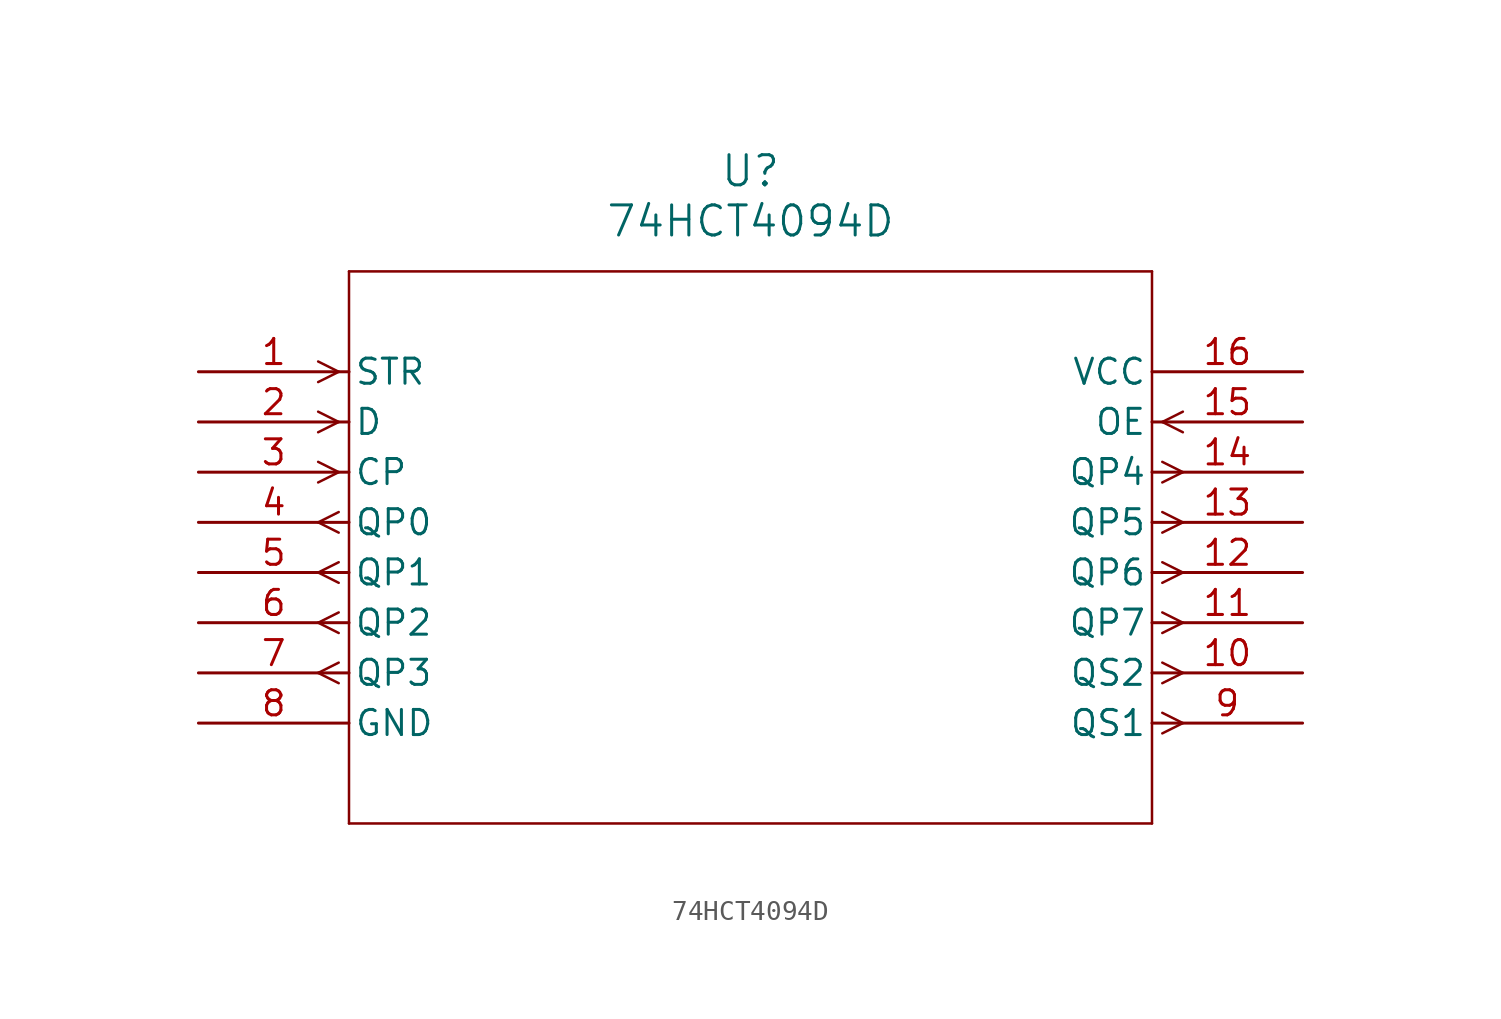
<source format=kicad_sym>
(kicad_symbol_lib
  (version 20211014)
  (generator kicad_symbol_editor)
  (symbol "74HCT4094D"
    (pin_names
      (offset 0.254))
    (property "Reference" "U"
      (at 27.94 10.16 0)
      (effects (font (size 1.524 1.524))))
    (property "Value" "74HCT4094D"
      (at 27.94 7.62 0)
      (effects (font (size 1.524 1.524))))
    (symbol "74HCT4094D_0_1"
      (polyline (pts (xy 7.099 0) (xy 6.058 0.521)) (stroke (width 0.127) (type default) (color 0 0 0 0)) (fill (type none)))
      (polyline (pts (xy 7.099 0) (xy 6.058 -0.521)) (stroke (width 0.127) (type default) (color 0 0 0 0)) (fill (type none)))
      (polyline (pts (xy 7.099 -2.54) (xy 6.058 -2.019)) (stroke (width 0.127) (type default) (color 0 0 0 0)) (fill (type none)))
      (polyline (pts (xy 7.099 -2.54) (xy 6.058 -3.061)) (stroke (width 0.127) (type default) (color 0 0 0 0)) (fill (type none)))
      (polyline (pts (xy 7.099 -5.08) (xy 6.058 -4.559)) (stroke (width 0.127) (type default) (color 0 0 0 0)) (fill (type none)))
      (polyline (pts (xy 7.099 -5.08) (xy 6.058 -5.601)) (stroke (width 0.127) (type default) (color 0 0 0 0)) (fill (type none)))
      (polyline (pts (xy 7.099 -7.099) (xy 6.058 -7.62)) (stroke (width 0.127) (type default) (color 0 0 0 0)) (fill (type none)))
      (polyline (pts (xy 7.099 -8.141) (xy 6.058 -7.62)) (stroke (width 0.127) (type default) (color 0 0 0 0)) (fill (type none)))
      (polyline (pts (xy 7.099 -9.639) (xy 6.058 -10.16)) (stroke (width 0.127) (type default) (color 0 0 0 0)) (fill (type none)))
      (polyline (pts (xy 7.099 -10.681) (xy 6.058 -10.16)) (stroke (width 0.127) (type default) (color 0 0 0 0)) (fill (type none)))
      (polyline (pts (xy 7.099 -12.179) (xy 6.058 -12.7)) (stroke (width 0.127) (type default) (color 0 0 0 0)) (fill (type none)))
      (polyline (pts (xy 7.099 -13.221) (xy 6.058 -12.7)) (stroke (width 0.127) (type default) (color 0 0 0 0)) (fill (type none)))
      (polyline (pts (xy 7.099 -14.719) (xy 6.058 -15.24)) (stroke (width 0.127) (type default) (color 0 0 0 0)) (fill (type none)))
      (polyline (pts (xy 7.099 -15.761) (xy 6.058 -15.24)) (stroke (width 0.127) (type default) (color 0 0 0 0)) (fill (type none)))
      (polyline (pts (xy 48.781 -17.259) (xy 49.822 -17.78)) (stroke (width 0.127) (type default) (color 0 0 0 0)) (fill (type none)))
      (polyline (pts (xy 48.781 -18.301) (xy 49.822 -17.78)) (stroke (width 0.127) (type default) (color 0 0 0 0)) (fill (type none)))
      (polyline (pts (xy 48.781 -14.719) (xy 49.822 -15.24)) (stroke (width 0.127) (type default) (color 0 0 0 0)) (fill (type none)))
      (polyline (pts (xy 48.781 -15.761) (xy 49.822 -15.24)) (stroke (width 0.127) (type default) (color 0 0 0 0)) (fill (type none)))
      (polyline (pts (xy 48.781 -12.179) (xy 49.822 -12.7)) (stroke (width 0.127) (type default) (color 0 0 0 0)) (fill (type none)))
      (polyline (pts (xy 48.781 -13.221) (xy 49.822 -12.7)) (stroke (width 0.127) (type default) (color 0 0 0 0)) (fill (type none)))
      (polyline (pts (xy 48.781 -9.639) (xy 49.822 -10.16)) (stroke (width 0.127) (type default) (color 0 0 0 0)) (fill (type none)))
      (polyline (pts (xy 48.781 -10.681) (xy 49.822 -10.16)) (stroke (width 0.127) (type default) (color 0 0 0 0)) (fill (type none)))
      (polyline (pts (xy 48.781 -7.099) (xy 49.822 -7.62)) (stroke (width 0.127) (type default) (color 0 0 0 0)) (fill (type none)))
      (polyline (pts (xy 48.781 -8.141) (xy 49.822 -7.62)) (stroke (width 0.127) (type default) (color 0 0 0 0)) (fill (type none)))
      (polyline (pts (xy 48.781 -4.559) (xy 49.822 -5.08)) (stroke (width 0.127) (type default) (color 0 0 0 0)) (fill (type none)))
      (polyline (pts (xy 48.781 -5.601) (xy 49.822 -5.08)) (stroke (width 0.127) (type default) (color 0 0 0 0)) (fill (type none)))
      (polyline (pts (xy 48.781 -2.54) (xy 49.822 -2.019)) (stroke (width 0.127) (type default) (color 0 0 0 0)) (fill (type none)))
      (polyline (pts (xy 48.781 -2.54) (xy 49.822 -3.061)) (stroke (width 0.127) (type default) (color 0 0 0 0)) (fill (type none)))
      (polyline (pts (xy 7.62 5.08) (xy 7.62 -22.86)) (stroke (width 0.127) (type default) (color 0 0 0 0)) (fill (type none)))
      (polyline (pts (xy 7.62 -22.86) (xy 48.26 -22.86)) (stroke (width 0.127) (type default) (color 0 0 0 0)) (fill (type none)))
      (polyline (pts (xy 48.26 -22.86) (xy 48.26 5.08)) (stroke (width 0.127) (type default) (color 0 0 0 0)) (fill (type none)))
      (polyline (pts (xy 48.26 5.08) (xy 7.62 5.08)) (stroke (width 0.127) (type default) (color 0 0 0 0)) (fill (type none)))
      (pin input line (at 0 0 0) (length 7.62) (name "STR" (effects (font (size 1.27 1.27)))) (number "1" (effects (font (size 1.27 1.27)))))
      (pin input line (at 0 -2.54 0) (length 7.62) (name "D" (effects (font (size 1.27 1.27)))) (number "2" (effects (font (size 1.27 1.27)))))
      (pin input line (at 0 -5.08 0) (length 7.62) (name "CP" (effects (font (size 1.27 1.27)))) (number "3" (effects (font (size 1.27 1.27)))))
      (pin output line (at 0 -7.62 0) (length 7.62) (name "QP0" (effects (font (size 1.27 1.27)))) (number "4" (effects (font (size 1.27 1.27)))))
      (pin output line (at 0 -10.16 0) (length 7.62) (name "QP1" (effects (font (size 1.27 1.27)))) (number "5" (effects (font (size 1.27 1.27)))))
      (pin output line (at 0 -12.7 0) (length 7.62) (name "QP2" (effects (font (size 1.27 1.27)))) (number "6" (effects (font (size 1.27 1.27)))))
      (pin output line (at 0 -15.24 0) (length 7.62) (name "QP3" (effects (font (size 1.27 1.27)))) (number "7" (effects (font (size 1.27 1.27)))))
      (pin power_in line (at 0 -17.78 0) (length 7.62) (name "GND" (effects (font (size 1.27 1.27)))) (number "8" (effects (font (size 1.27 1.27)))))
      (pin output line (at 55.88 -17.78 180) (length 7.62) (name "QS1" (effects (font (size 1.27 1.27)))) (number "9" (effects (font (size 1.27 1.27)))))
      (pin output line (at 55.88 -15.24 180) (length 7.62) (name "QS2" (effects (font (size 1.27 1.27)))) (number "10" (effects (font (size 1.27 1.27)))))
      (pin output line (at 55.88 -12.7 180) (length 7.62) (name "QP7" (effects (font (size 1.27 1.27)))) (number "11" (effects (font (size 1.27 1.27)))))
      (pin output line (at 55.88 -10.16 180) (length 7.62) (name "QP6" (effects (font (size 1.27 1.27)))) (number "12" (effects (font (size 1.27 1.27)))))
      (pin output line (at 55.88 -7.62 180) (length 7.62) (name "QP5" (effects (font (size 1.27 1.27)))) (number "13" (effects (font (size 1.27 1.27)))))
      (pin output line (at 55.88 -5.08 180) (length 7.62) (name "QP4" (effects (font (size 1.27 1.27)))) (number "14" (effects (font (size 1.27 1.27)))))
      (pin input line (at 55.88 -2.54 180) (length 7.62) (name "OE" (effects (font (size 1.27 1.27)))) (number "15" (effects (font (size 1.27 1.27)))))
      (pin power_in line (at 55.88 0 180) (length 7.62) (name "VCC" (effects (font (size 1.27 1.27)))) (number "16" (effects (font (size 1.27 1.27))))))))
</source>
